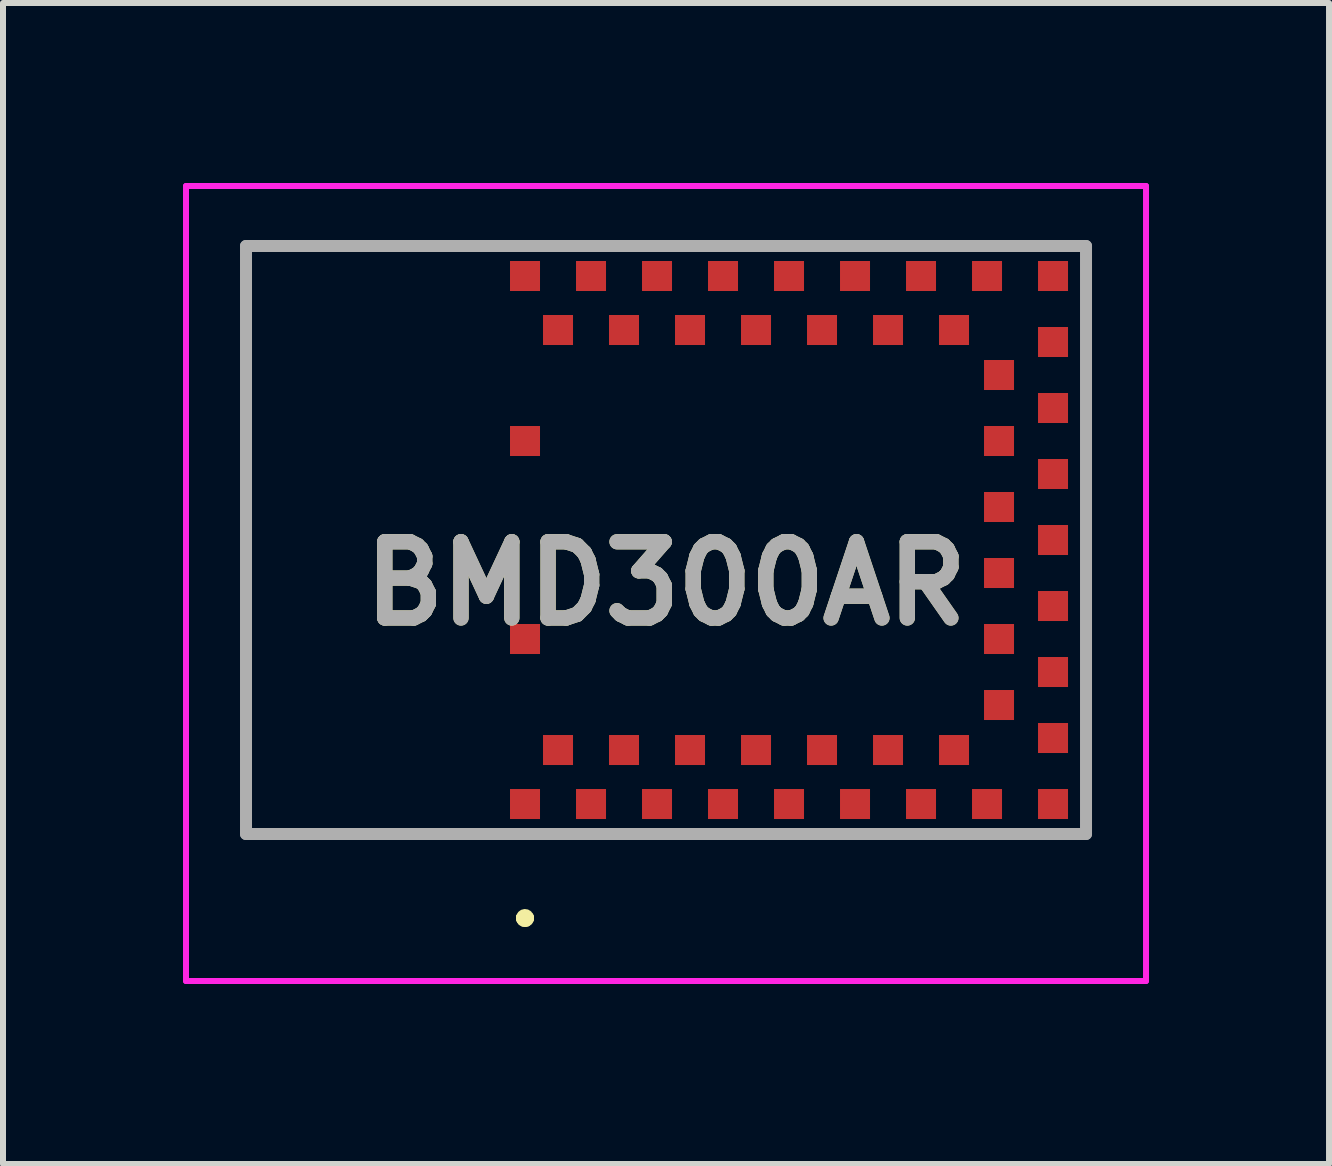
<source format=kicad_pcb>
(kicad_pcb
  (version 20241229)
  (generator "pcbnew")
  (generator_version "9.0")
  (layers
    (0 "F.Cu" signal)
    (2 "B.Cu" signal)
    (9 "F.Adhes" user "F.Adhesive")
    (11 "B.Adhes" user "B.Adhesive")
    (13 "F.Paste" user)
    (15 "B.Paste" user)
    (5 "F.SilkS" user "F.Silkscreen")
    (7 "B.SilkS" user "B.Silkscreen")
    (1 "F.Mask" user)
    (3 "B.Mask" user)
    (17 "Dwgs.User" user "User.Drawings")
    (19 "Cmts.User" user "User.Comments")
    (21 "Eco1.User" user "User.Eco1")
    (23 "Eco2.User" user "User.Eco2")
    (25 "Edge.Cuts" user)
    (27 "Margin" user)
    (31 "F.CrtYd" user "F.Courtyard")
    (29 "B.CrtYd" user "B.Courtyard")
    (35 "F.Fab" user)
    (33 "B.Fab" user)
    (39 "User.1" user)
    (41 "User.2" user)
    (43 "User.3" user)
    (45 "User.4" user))
  (footprint "BMD300AR"
    (layer "F.Cu")
    (at 8.05 5.95)
    (property "Reference" "BMD300AR" (at 0 0.725 0) (layer "F.SilkS") (effects (font (size 1.27 1.27) (thickness 0.254))))
    (attr smd)
    (fp_line (start -7 -4.9) (end 7 -4.9) (stroke (width 0.1) (type solid)) (layer "F.SilkS"))
    (fp_line (start -7 4.9) (end -7 -4.9) (stroke (width 0.1) (type solid)) (layer "F.SilkS"))
    (fp_line (start -2.4 6.3) (end -2.4 6.3) (stroke (width 0.2) (type solid)) (layer "F.SilkS"))
    (fp_line (start -2.4 6.3) (end -2.4 6.3) (stroke (width 0.2) (type solid)) (layer "F.SilkS"))
    (fp_line (start -2.3 6.3) (end -2.3 6.3) (stroke (width 0.2) (type solid)) (layer "F.SilkS"))
    (fp_line (start 7 -4.9) (end 7 4.9) (stroke (width 0.1) (type solid)) (layer "F.SilkS"))
    (fp_line (start 7 4.9) (end -7 4.9) (stroke (width 0.1) (type solid)) (layer "F.SilkS"))
    (fp_arc (start -2.4 6.3) (mid -2.35 6.25) (end -2.3 6.3) (stroke (width 0.2) (type solid)) (layer "F.SilkS"))
    (fp_arc (start -2.3 6.3) (mid -2.35 6.35) (end -2.4 6.3) (stroke (width 0.2) (type solid)) (layer "F.SilkS"))
    (fp_arc (start -2.3 6.3) (mid -2.35 6.35) (end -2.4 6.3) (stroke (width 0.2) (type solid)) (layer "F.SilkS"))
    (fp_line (start -8 -5.9) (end 8 -5.9) (stroke (width 0.1) (type solid)) (layer "F.CrtYd"))
    (fp_line (start -8 7.35) (end -8 -5.9) (stroke (width 0.1) (type solid)) (layer "F.CrtYd"))
    (fp_line (start 8 -5.9) (end 8 7.35) (stroke (width 0.1) (type solid)) (layer "F.CrtYd"))
    (fp_line (start 8 7.35) (end -8 7.35) (stroke (width 0.1) (type solid)) (layer "F.CrtYd"))
    (fp_line (start -7 -4.9) (end -7 4.9) (stroke (width 0.2) (type solid)) (layer "F.Fab"))
    (fp_line (start -7 4.9) (end 7 4.9) (stroke (width 0.2) (type solid)) (layer "F.Fab"))
    (fp_line (start 7 -4.9) (end -7 -4.9) (stroke (width 0.2) (type solid)) (layer "F.Fab"))
    (fp_line (start 7 4.9) (end 7 -4.9) (stroke (width 0.2) (type solid)) (layer "F.Fab"))
    (fp_text user "${REFERENCE}" (at 0 0.725 0) (layer "F.Fab") (effects (font (size 1.27 1.27) (thickness 0.254))))
    (pad "1" smd rect (at -2.35 4.4 90) (size 0.5 0.5) (layers "F.Cu" "F.Mask" "F.Paste"))
    (pad "2" smd rect (at -1.8 3.5 90) (size 0.5 0.5) (layers "F.Cu" "F.Mask" "F.Paste"))
    (pad "3" smd rect (at -1.25 4.4 90) (size 0.5 0.5) (layers "F.Cu" "F.Mask" "F.Paste"))
    (pad "4" smd rect (at -0.7 3.5 90) (size 0.5 0.5) (layers "F.Cu" "F.Mask" "F.Paste"))
    (pad "5" smd rect (at -0.15 4.4 90) (size 0.5 0.5) (layers "F.Cu" "F.Mask" "F.Paste"))
    (pad "6" smd rect (at 0.4 3.5 90) (size 0.5 0.5) (layers "F.Cu" "F.Mask" "F.Paste"))
    (pad "7" smd rect (at 0.95 4.4 90) (size 0.5 0.5) (layers "F.Cu" "F.Mask" "F.Paste"))
    (pad "8" smd rect (at 1.5 3.5 90) (size 0.5 0.5) (layers "F.Cu" "F.Mask" "F.Paste"))
    (pad "9" smd rect (at 2.05 4.4 90) (size 0.5 0.5) (layers "F.Cu" "F.Mask" "F.Paste"))
    (pad "10" smd rect (at 2.6 3.5 90) (size 0.5 0.5) (layers "F.Cu" "F.Mask" "F.Paste"))
    (pad "11" smd rect (at 3.15 4.4 90) (size 0.5 0.5) (layers "F.Cu" "F.Mask" "F.Paste"))
    (pad "12" smd rect (at 3.7 3.5 90) (size 0.5 0.5) (layers "F.Cu" "F.Mask" "F.Paste"))
    (pad "13" smd rect (at 4.25 4.4 90) (size 0.5 0.5) (layers "F.Cu" "F.Mask" "F.Paste"))
    (pad "14" smd rect (at 4.8 3.5 90) (size 0.5 0.5) (layers "F.Cu" "F.Mask" "F.Paste"))
    (pad "15" smd rect (at 5.35 4.4 90) (size 0.5 0.5) (layers "F.Cu" "F.Mask" "F.Paste"))
    (pad "16" smd rect (at 6.45 4.4 90) (size 0.5 0.5) (layers "F.Cu" "F.Mask" "F.Paste"))
    (pad "17" smd rect (at 6.45 3.3 90) (size 0.5 0.5) (layers "F.Cu" "F.Mask" "F.Paste"))
    (pad "18" smd rect (at 5.55 2.75 90) (size 0.5 0.5) (layers "F.Cu" "F.Mask" "F.Paste"))
    (pad "19" smd rect (at 6.45 2.2 90) (size 0.5 0.5) (layers "F.Cu" "F.Mask" "F.Paste"))
    (pad "20" smd rect (at 5.55 1.65 90) (size 0.5 0.5) (layers "F.Cu" "F.Mask" "F.Paste"))
    (pad "21" smd rect (at 6.45 1.1 90) (size 0.5 0.5) (layers "F.Cu" "F.Mask" "F.Paste"))
    (pad "22" smd rect (at 5.55 0.55 90) (size 0.5 0.5) (layers "F.Cu" "F.Mask" "F.Paste"))
    (pad "23" smd rect (at 6.45 0 90) (size 0.5 0.5) (layers "F.Cu" "F.Mask" "F.Paste"))
    (pad "24" smd rect (at 5.55 -0.55 90) (size 0.5 0.5) (layers "F.Cu" "F.Mask" "F.Paste"))
    (pad "25" smd rect (at 6.45 -1.1 90) (size 0.5 0.5) (layers "F.Cu" "F.Mask" "F.Paste"))
    (pad "26" smd rect (at 5.55 -1.65 90) (size 0.5 0.5) (layers "F.Cu" "F.Mask" "F.Paste"))
    (pad "27" smd rect (at 6.45 -2.2 90) (size 0.5 0.5) (layers "F.Cu" "F.Mask" "F.Paste"))
    (pad "28" smd rect (at 5.55 -2.75 90) (size 0.5 0.5) (layers "F.Cu" "F.Mask" "F.Paste"))
    (pad "29" smd rect (at 6.45 -3.3 90) (size 0.5 0.5) (layers "F.Cu" "F.Mask" "F.Paste"))
    (pad "30" smd rect (at 6.45 -4.4 90) (size 0.5 0.5) (layers "F.Cu" "F.Mask" "F.Paste"))
    (pad "31" smd rect (at 5.35 -4.4 90) (size 0.5 0.5) (layers "F.Cu" "F.Mask" "F.Paste"))
    (pad "32" smd rect (at 4.8 -3.5 90) (size 0.5 0.5) (layers "F.Cu" "F.Mask" "F.Paste"))
    (pad "33" smd rect (at 4.25 -4.4 90) (size 0.5 0.5) (layers "F.Cu" "F.Mask" "F.Paste"))
    (pad "34" smd rect (at 3.7 -3.5 90) (size 0.5 0.5) (layers "F.Cu" "F.Mask" "F.Paste"))
    (pad "35" smd rect (at 3.15 -4.4 90) (size 0.5 0.5) (layers "F.Cu" "F.Mask" "F.Paste"))
    (pad "36" smd rect (at 2.6 -3.5 90) (size 0.5 0.5) (layers "F.Cu" "F.Mask" "F.Paste"))
    (pad "37" smd rect (at 2.05 -4.4 90) (size 0.5 0.5) (layers "F.Cu" "F.Mask" "F.Paste"))
    (pad "38" smd rect (at 1.5 -3.5 90) (size 0.5 0.5) (layers "F.Cu" "F.Mask" "F.Paste"))
    (pad "39" smd rect (at 0.95 -4.4 90) (size 0.5 0.5) (layers "F.Cu" "F.Mask" "F.Paste"))
    (pad "40" smd rect (at 0.4 -3.5 90) (size 0.5 0.5) (layers "F.Cu" "F.Mask" "F.Paste"))
    (pad "41" smd rect (at -0.15 -4.4 90) (size 0.5 0.5) (layers "F.Cu" "F.Mask" "F.Paste"))
    (pad "42" smd rect (at -0.7 -3.5 90) (size 0.5 0.5) (layers "F.Cu" "F.Mask" "F.Paste"))
    (pad "43" smd rect (at -1.25 -4.4 90) (size 0.5 0.5) (layers "F.Cu" "F.Mask" "F.Paste"))
    (pad "44" smd rect (at -1.8 -3.5 90) (size 0.5 0.5) (layers "F.Cu" "F.Mask" "F.Paste"))
    (pad "45" smd rect (at -2.35 -4.4 90) (size 0.5 0.5) (layers "F.Cu" "F.Mask" "F.Paste"))
    (pad "46" smd rect (at -2.35 -1.65 90) (size 0.5 0.5) (layers "F.Cu" "F.Mask" "F.Paste"))
    (pad "47" smd rect (at -2.35 1.65 90) (size 0.5 0.5) (layers "F.Cu" "F.Mask" "F.Paste")))
  (gr_rect
    (start -3 -3)
    (end 19.1 16.35)
    (stroke (width 0.1) (type default))
    (fill no)
    (layer "Edge.Cuts")))
</source>
